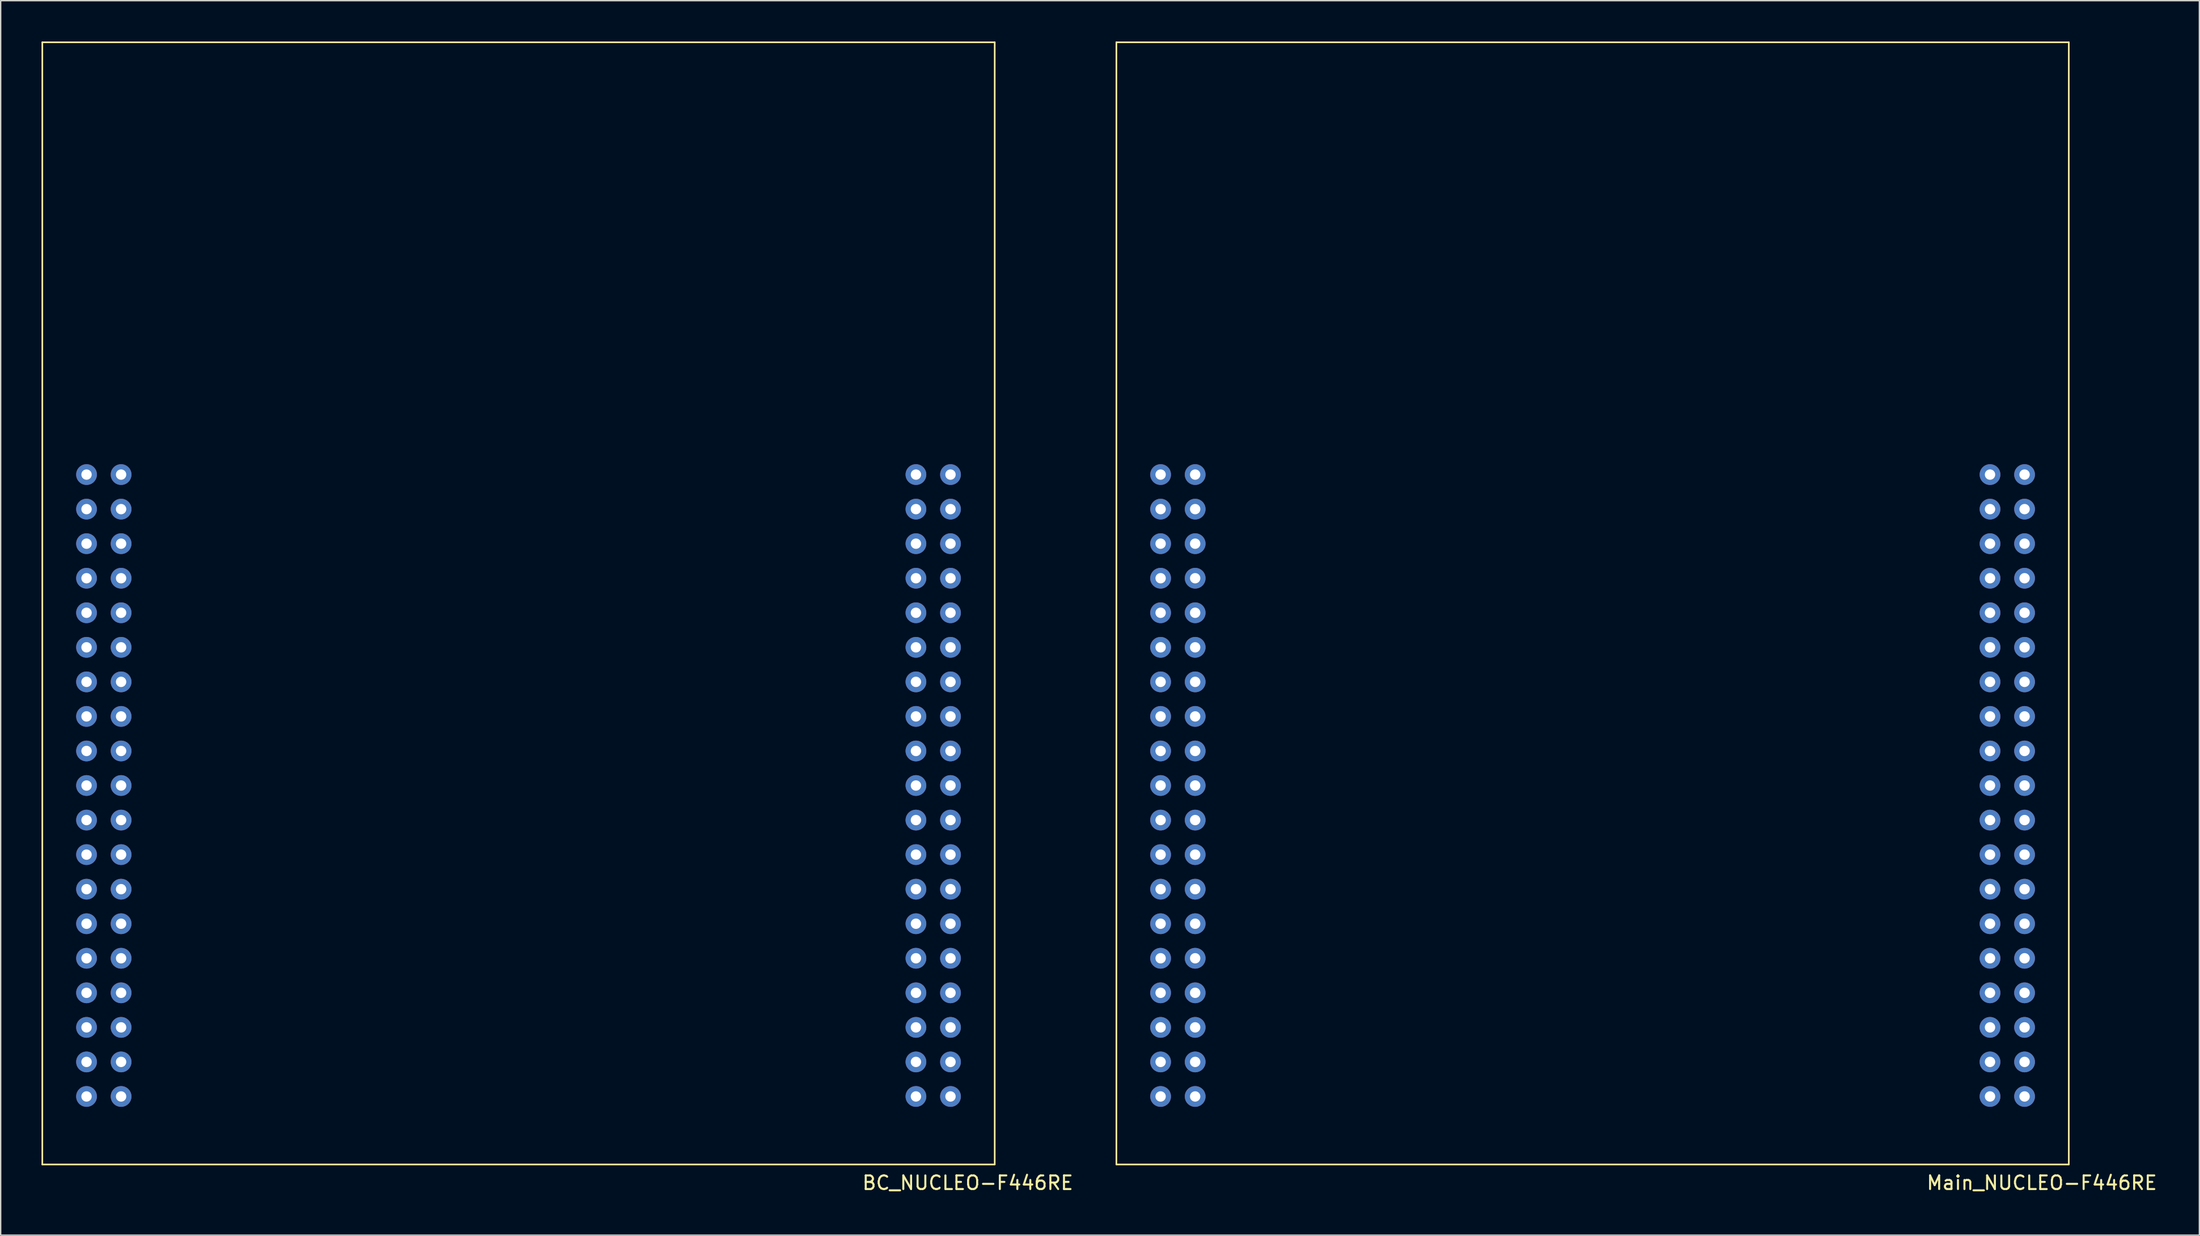
<source format=kicad_pcb>
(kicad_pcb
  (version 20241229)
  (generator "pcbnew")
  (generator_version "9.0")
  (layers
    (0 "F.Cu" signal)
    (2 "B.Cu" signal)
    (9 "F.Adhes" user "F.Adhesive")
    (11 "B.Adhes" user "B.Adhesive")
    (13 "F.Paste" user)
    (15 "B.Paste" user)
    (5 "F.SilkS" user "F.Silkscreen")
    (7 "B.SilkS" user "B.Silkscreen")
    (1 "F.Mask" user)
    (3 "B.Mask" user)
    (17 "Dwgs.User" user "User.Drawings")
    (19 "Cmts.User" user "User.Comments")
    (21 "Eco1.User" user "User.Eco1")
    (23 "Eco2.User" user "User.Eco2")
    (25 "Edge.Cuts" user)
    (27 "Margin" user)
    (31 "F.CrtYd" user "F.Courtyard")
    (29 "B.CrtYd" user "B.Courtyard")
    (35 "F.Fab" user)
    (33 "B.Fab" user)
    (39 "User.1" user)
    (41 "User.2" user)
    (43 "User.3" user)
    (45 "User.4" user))
  (footprint "BC_NUCLEO-F446RE"
    (layer "F.Cu")
    (at 35.06 54.7)
    (property "Reference" "BC_NUCLEO-F446RE" (at 33.02 29.21 0) (layer "F.SilkS") (effects (font (size 1 1) (thickness 0.15))))
    (attr through_hole)
    (fp_line (start -35 -54.64) (end -35 27.86) (stroke (width 0.12) (type solid)) (layer "F.SilkS"))
    (fp_line (start -35 27.86) (end 35 27.86) (stroke (width 0.12) (type solid)) (layer "F.SilkS"))
    (fp_line (start 35 -54.64) (end -35 -54.64) (stroke (width 0.12) (type solid)) (layer "F.SilkS"))
    (fp_line (start 35 27.86) (end 35 -54.64) (stroke (width 0.12) (type solid)) (layer "F.SilkS"))
    (pad "1" thru_hole circle (at -31.75 -22.86) (size 1.524 1.524) (drill 0.762) (layers "*.Cu" "*.Mask"))
    (pad "2" thru_hole circle (at -29.21 -22.86) (size 1.524 1.524) (drill 0.762) (layers "*.Cu" "*.Mask"))
    (pad "3" thru_hole circle (at -31.75 -20.32) (size 1.524 1.524) (drill 0.762) (layers "*.Cu" "*.Mask"))
    (pad "4" thru_hole circle (at -29.21 -20.32) (size 1.524 1.524) (drill 0.762) (layers "*.Cu" "*.Mask"))
    (pad "5" thru_hole circle (at -31.75 -17.78) (size 1.524 1.524) (drill 0.762) (layers "*.Cu" "*.Mask"))
    (pad "6" thru_hole circle (at -29.21 -17.78) (size 1.524 1.524) (drill 0.762) (layers "*.Cu" "*.Mask"))
    (pad "7" thru_hole circle (at -31.75 -15.24) (size 1.524 1.524) (drill 0.762) (layers "*.Cu" "*.Mask"))
    (pad "8" thru_hole circle (at -29.21 -15.24) (size 1.524 1.524) (drill 0.762) (layers "*.Cu" "*.Mask"))
    (pad "9" thru_hole circle (at -31.75 -12.7) (size 1.524 1.524) (drill 0.762) (layers "*.Cu" "*.Mask"))
    (pad "10" thru_hole circle (at -29.21 -12.7) (size 1.524 1.524) (drill 0.762) (layers "*.Cu" "*.Mask"))
    (pad "11" thru_hole circle (at -31.75 -10.16) (size 1.524 1.524) (drill 0.762) (layers "*.Cu" "*.Mask"))
    (pad "12" thru_hole circle (at -29.21 -10.16) (size 1.524 1.524) (drill 0.762) (layers "*.Cu" "*.Mask"))
    (pad "13" thru_hole circle (at -31.75 -7.62) (size 1.524 1.524) (drill 0.762) (layers "*.Cu" "*.Mask"))
    (pad "14" thru_hole circle (at -29.21 -7.62) (size 1.524 1.524) (drill 0.762) (layers "*.Cu" "*.Mask"))
    (pad "15" thru_hole circle (at -31.75 -5.08) (size 1.524 1.524) (drill 0.762) (layers "*.Cu" "*.Mask"))
    (pad "16" thru_hole circle (at -29.21 -5.08) (size 1.524 1.524) (drill 0.762) (layers "*.Cu" "*.Mask"))
    (pad "17" thru_hole circle (at -31.75 -2.54) (size 1.524 1.524) (drill 0.762) (layers "*.Cu" "*.Mask"))
    (pad "18" thru_hole circle (at -29.21 -2.54) (size 1.524 1.524) (drill 0.762) (layers "*.Cu" "*.Mask"))
    (pad "19" thru_hole circle (at -31.75 0) (size 1.524 1.524) (drill 0.762) (layers "*.Cu" "*.Mask"))
    (pad "20" thru_hole circle (at -29.21 0) (size 1.524 1.524) (drill 0.762) (layers "*.Cu" "*.Mask"))
    (pad "21" thru_hole circle (at -31.75 2.54) (size 1.524 1.524) (drill 0.762) (layers "*.Cu" "*.Mask"))
    (pad "22" thru_hole circle (at -29.21 2.54) (size 1.524 1.524) (drill 0.762) (layers "*.Cu" "*.Mask"))
    (pad "23" thru_hole circle (at -31.75 5.08) (size 1.524 1.524) (drill 0.762) (layers "*.Cu" "*.Mask"))
    (pad "24" thru_hole circle (at -29.21 5.08) (size 1.524 1.524) (drill 0.762) (layers "*.Cu" "*.Mask"))
    (pad "25" thru_hole circle (at -31.75 7.62) (size 1.524 1.524) (drill 0.762) (layers "*.Cu" "*.Mask"))
    (pad "26" thru_hole circle (at -29.21 7.62) (size 1.524 1.524) (drill 0.762) (layers "*.Cu" "*.Mask"))
    (pad "27" thru_hole circle (at -31.75 10.16) (size 1.524 1.524) (drill 0.762) (layers "*.Cu" "*.Mask"))
    (pad "28" thru_hole circle (at -29.21 10.16) (size 1.524 1.524) (drill 0.762) (layers "*.Cu" "*.Mask"))
    (pad "29" thru_hole circle (at -31.75 12.7) (size 1.524 1.524) (drill 0.762) (layers "*.Cu" "*.Mask"))
    (pad "30" thru_hole circle (at -29.21 12.7) (size 1.524 1.524) (drill 0.762) (layers "*.Cu" "*.Mask"))
    (pad "31" thru_hole circle (at -31.75 15.24) (size 1.524 1.524) (drill 0.762) (layers "*.Cu" "*.Mask"))
    (pad "32" thru_hole circle (at -29.21 15.24) (size 1.524 1.524) (drill 0.762) (layers "*.Cu" "*.Mask"))
    (pad "33" thru_hole circle (at -31.75 17.78) (size 1.524 1.524) (drill 0.762) (layers "*.Cu" "*.Mask"))
    (pad "34" thru_hole circle (at -29.21 17.78) (size 1.524 1.524) (drill 0.762) (layers "*.Cu" "*.Mask"))
    (pad "35" thru_hole circle (at -31.75 20.32) (size 1.524 1.524) (drill 0.762) (layers "*.Cu" "*.Mask"))
    (pad "36" thru_hole circle (at -29.21 20.32) (size 1.524 1.524) (drill 0.762) (layers "*.Cu" "*.Mask"))
    (pad "37" thru_hole circle (at -31.75 22.86) (size 1.524 1.524) (drill 0.762) (layers "*.Cu" "*.Mask"))
    (pad "38" thru_hole circle (at -29.21 22.86) (size 1.524 1.524) (drill 0.762) (layers "*.Cu" "*.Mask"))
    (pad "39" thru_hole circle (at 29.21 -22.86) (size 1.524 1.524) (drill 0.762) (layers "*.Cu" "*.Mask"))
    (pad "40" thru_hole circle (at 31.75 -22.86) (size 1.524 1.524) (drill 0.762) (layers "*.Cu" "*.Mask"))
    (pad "41" thru_hole circle (at 29.21 -20.32) (size 1.524 1.524) (drill 0.762) (layers "*.Cu" "*.Mask"))
    (pad "42" thru_hole circle (at 31.75 -20.32) (size 1.524 1.524) (drill 0.762) (layers "*.Cu" "*.Mask"))
    (pad "43" thru_hole circle (at 29.21 -17.78) (size 1.524 1.524) (drill 0.762) (layers "*.Cu" "*.Mask"))
    (pad "44" thru_hole circle (at 31.75 -17.78) (size 1.524 1.524) (drill 0.762) (layers "*.Cu" "*.Mask"))
    (pad "45" thru_hole circle (at 29.21 -15.24) (size 1.524 1.524) (drill 0.762) (layers "*.Cu" "*.Mask"))
    (pad "46" thru_hole circle (at 31.75 -15.24) (size 1.524 1.524) (drill 0.762) (layers "*.Cu" "*.Mask"))
    (pad "47" thru_hole circle (at 29.21 -12.7) (size 1.524 1.524) (drill 0.762) (layers "*.Cu" "*.Mask"))
    (pad "48" thru_hole circle (at 31.75 -12.7) (size 1.524 1.524) (drill 0.762) (layers "*.Cu" "*.Mask"))
    (pad "49" thru_hole circle (at 29.21 -10.16) (size 1.524 1.524) (drill 0.762) (layers "*.Cu" "*.Mask"))
    (pad "50" thru_hole circle (at 31.75 -10.16) (size 1.524 1.524) (drill 0.762) (layers "*.Cu" "*.Mask"))
    (pad "51" thru_hole circle (at 29.21 -7.62) (size 1.524 1.524) (drill 0.762) (layers "*.Cu" "*.Mask"))
    (pad "52" thru_hole circle (at 31.75 -7.62) (size 1.524 1.524) (drill 0.762) (layers "*.Cu" "*.Mask"))
    (pad "53" thru_hole circle (at 29.21 -5.08) (size 1.524 1.524) (drill 0.762) (layers "*.Cu" "*.Mask"))
    (pad "54" thru_hole circle (at 31.75 -5.08) (size 1.524 1.524) (drill 0.762) (layers "*.Cu" "*.Mask"))
    (pad "55" thru_hole circle (at 29.21 -2.54) (size 1.524 1.524) (drill 0.762) (layers "*.Cu" "*.Mask"))
    (pad "56" thru_hole circle (at 31.75 -2.54) (size 1.524 1.524) (drill 0.762) (layers "*.Cu" "*.Mask"))
    (pad "57" thru_hole circle (at 29.21 0) (size 1.524 1.524) (drill 0.762) (layers "*.Cu" "*.Mask"))
    (pad "58" thru_hole circle (at 31.75 0) (size 1.524 1.524) (drill 0.762) (layers "*.Cu" "*.Mask"))
    (pad "59" thru_hole circle (at 29.21 2.54) (size 1.524 1.524) (drill 0.762) (layers "*.Cu" "*.Mask"))
    (pad "60" thru_hole circle (at 31.75 2.54) (size 1.524 1.524) (drill 0.762) (layers "*.Cu" "*.Mask"))
    (pad "61" thru_hole circle (at 29.21 5.08) (size 1.524 1.524) (drill 0.762) (layers "*.Cu" "*.Mask"))
    (pad "62" thru_hole circle (at 31.75 5.08) (size 1.524 1.524) (drill 0.762) (layers "*.Cu" "*.Mask"))
    (pad "63" thru_hole circle (at 29.21 7.62) (size 1.524 1.524) (drill 0.762) (layers "*.Cu" "*.Mask"))
    (pad "64" thru_hole circle (at 31.75 7.62) (size 1.524 1.524) (drill 0.762) (layers "*.Cu" "*.Mask"))
    (pad "65" thru_hole circle (at 29.21 10.16) (size 1.524 1.524) (drill 0.762) (layers "*.Cu" "*.Mask"))
    (pad "66" thru_hole circle (at 31.75 10.16) (size 1.524 1.524) (drill 0.762) (layers "*.Cu" "*.Mask"))
    (pad "67" thru_hole circle (at 29.21 12.7) (size 1.524 1.524) (drill 0.762) (layers "*.Cu" "*.Mask"))
    (pad "68" thru_hole circle (at 31.75 12.7) (size 1.524 1.524) (drill 0.762) (layers "*.Cu" "*.Mask"))
    (pad "69" thru_hole circle (at 29.21 15.24) (size 1.524 1.524) (drill 0.762) (layers "*.Cu" "*.Mask"))
    (pad "70" thru_hole circle (at 31.75 15.24) (size 1.524 1.524) (drill 0.762) (layers "*.Cu" "*.Mask"))
    (pad "71" thru_hole circle (at 29.21 17.78) (size 1.524 1.524) (drill 0.762) (layers "*.Cu" "*.Mask"))
    (pad "72" thru_hole circle (at 31.75 17.78) (size 1.524 1.524) (drill 0.762) (layers "*.Cu" "*.Mask"))
    (pad "73" thru_hole circle (at 29.21 20.32) (size 1.524 1.524) (drill 0.762) (layers "*.Cu" "*.Mask"))
    (pad "74" thru_hole circle (at 31.75 20.32) (size 1.524 1.524) (drill 0.762) (layers "*.Cu" "*.Mask"))
    (pad "75" thru_hole circle (at 29.21 22.86) (size 1.524 1.524) (drill 0.762) (layers "*.Cu" "*.Mask"))
    (pad "76" thru_hole circle (at 31.75 22.86) (size 1.524 1.524) (drill 0.762) (layers "*.Cu" "*.Mask")))
  (footprint "Main_NUCLEO-F446RE"
    (layer "F.Cu")
    (at 114.003 54.7)
    (property "Reference" "Main_NUCLEO-F446RE" (at 33.02 29.21 0) (layer "F.SilkS") (effects (font (size 1 1) (thickness 0.15))))
    (attr through_hole)
    (fp_line (start -35 -54.64) (end -35 27.86) (stroke (width 0.12) (type solid)) (layer "F.SilkS"))
    (fp_line (start -35 27.86) (end 35 27.86) (stroke (width 0.12) (type solid)) (layer "F.SilkS"))
    (fp_line (start 35 -54.64) (end -35 -54.64) (stroke (width 0.12) (type solid)) (layer "F.SilkS"))
    (fp_line (start 35 27.86) (end 35 -54.64) (stroke (width 0.12) (type solid)) (layer "F.SilkS"))
    (pad "1" thru_hole circle (at -31.75 -22.86) (size 1.524 1.524) (drill 0.762) (layers "*.Cu" "*.Mask"))
    (pad "2" thru_hole circle (at -29.21 -22.86) (size 1.524 1.524) (drill 0.762) (layers "*.Cu" "*.Mask"))
    (pad "3" thru_hole circle (at -31.75 -20.32) (size 1.524 1.524) (drill 0.762) (layers "*.Cu" "*.Mask"))
    (pad "4" thru_hole circle (at -29.21 -20.32) (size 1.524 1.524) (drill 0.762) (layers "*.Cu" "*.Mask"))
    (pad "5" thru_hole circle (at -31.75 -17.78) (size 1.524 1.524) (drill 0.762) (layers "*.Cu" "*.Mask"))
    (pad "6" thru_hole circle (at -29.21 -17.78) (size 1.524 1.524) (drill 0.762) (layers "*.Cu" "*.Mask"))
    (pad "7" thru_hole circle (at -31.75 -15.24) (size 1.524 1.524) (drill 0.762) (layers "*.Cu" "*.Mask"))
    (pad "8" thru_hole circle (at -29.21 -15.24) (size 1.524 1.524) (drill 0.762) (layers "*.Cu" "*.Mask"))
    (pad "9" thru_hole circle (at -31.75 -12.7) (size 1.524 1.524) (drill 0.762) (layers "*.Cu" "*.Mask"))
    (pad "10" thru_hole circle (at -29.21 -12.7) (size 1.524 1.524) (drill 0.762) (layers "*.Cu" "*.Mask"))
    (pad "11" thru_hole circle (at -31.75 -10.16) (size 1.524 1.524) (drill 0.762) (layers "*.Cu" "*.Mask"))
    (pad "12" thru_hole circle (at -29.21 -10.16) (size 1.524 1.524) (drill 0.762) (layers "*.Cu" "*.Mask"))
    (pad "13" thru_hole circle (at -31.75 -7.62) (size 1.524 1.524) (drill 0.762) (layers "*.Cu" "*.Mask"))
    (pad "14" thru_hole circle (at -29.21 -7.62) (size 1.524 1.524) (drill 0.762) (layers "*.Cu" "*.Mask"))
    (pad "15" thru_hole circle (at -31.75 -5.08) (size 1.524 1.524) (drill 0.762) (layers "*.Cu" "*.Mask"))
    (pad "16" thru_hole circle (at -29.21 -5.08) (size 1.524 1.524) (drill 0.762) (layers "*.Cu" "*.Mask"))
    (pad "17" thru_hole circle (at -31.75 -2.54) (size 1.524 1.524) (drill 0.762) (layers "*.Cu" "*.Mask"))
    (pad "18" thru_hole circle (at -29.21 -2.54) (size 1.524 1.524) (drill 0.762) (layers "*.Cu" "*.Mask"))
    (pad "19" thru_hole circle (at -31.75 0) (size 1.524 1.524) (drill 0.762) (layers "*.Cu" "*.Mask"))
    (pad "20" thru_hole circle (at -29.21 0) (size 1.524 1.524) (drill 0.762) (layers "*.Cu" "*.Mask"))
    (pad "21" thru_hole circle (at -31.75 2.54) (size 1.524 1.524) (drill 0.762) (layers "*.Cu" "*.Mask"))
    (pad "22" thru_hole circle (at -29.21 2.54) (size 1.524 1.524) (drill 0.762) (layers "*.Cu" "*.Mask"))
    (pad "23" thru_hole circle (at -31.75 5.08) (size 1.524 1.524) (drill 0.762) (layers "*.Cu" "*.Mask"))
    (pad "24" thru_hole circle (at -29.21 5.08) (size 1.524 1.524) (drill 0.762) (layers "*.Cu" "*.Mask"))
    (pad "25" thru_hole circle (at -31.75 7.62) (size 1.524 1.524) (drill 0.762) (layers "*.Cu" "*.Mask"))
    (pad "26" thru_hole circle (at -29.21 7.62) (size 1.524 1.524) (drill 0.762) (layers "*.Cu" "*.Mask"))
    (pad "27" thru_hole circle (at -31.75 10.16) (size 1.524 1.524) (drill 0.762) (layers "*.Cu" "*.Mask"))
    (pad "28" thru_hole circle (at -29.21 10.16) (size 1.524 1.524) (drill 0.762) (layers "*.Cu" "*.Mask"))
    (pad "29" thru_hole circle (at -31.75 12.7) (size 1.524 1.524) (drill 0.762) (layers "*.Cu" "*.Mask"))
    (pad "30" thru_hole circle (at -29.21 12.7) (size 1.524 1.524) (drill 0.762) (layers "*.Cu" "*.Mask"))
    (pad "31" thru_hole circle (at -31.75 15.24) (size 1.524 1.524) (drill 0.762) (layers "*.Cu" "*.Mask"))
    (pad "32" thru_hole circle (at -29.21 15.24) (size 1.524 1.524) (drill 0.762) (layers "*.Cu" "*.Mask"))
    (pad "33" thru_hole circle (at -31.75 17.78) (size 1.524 1.524) (drill 0.762) (layers "*.Cu" "*.Mask"))
    (pad "34" thru_hole circle (at -29.21 17.78) (size 1.524 1.524) (drill 0.762) (layers "*.Cu" "*.Mask"))
    (pad "35" thru_hole circle (at -31.75 20.32) (size 1.524 1.524) (drill 0.762) (layers "*.Cu" "*.Mask"))
    (pad "36" thru_hole circle (at -29.21 20.32) (size 1.524 1.524) (drill 0.762) (layers "*.Cu" "*.Mask"))
    (pad "37" thru_hole circle (at -31.75 22.86) (size 1.524 1.524) (drill 0.762) (layers "*.Cu" "*.Mask"))
    (pad "38" thru_hole circle (at -29.21 22.86) (size 1.524 1.524) (drill 0.762) (layers "*.Cu" "*.Mask"))
    (pad "39" thru_hole circle (at 29.21 -22.86) (size 1.524 1.524) (drill 0.762) (layers "*.Cu" "*.Mask"))
    (pad "40" thru_hole circle (at 31.75 -22.86) (size 1.524 1.524) (drill 0.762) (layers "*.Cu" "*.Mask"))
    (pad "41" thru_hole circle (at 29.21 -20.32) (size 1.524 1.524) (drill 0.762) (layers "*.Cu" "*.Mask"))
    (pad "42" thru_hole circle (at 31.75 -20.32) (size 1.524 1.524) (drill 0.762) (layers "*.Cu" "*.Mask"))
    (pad "43" thru_hole circle (at 29.21 -17.78) (size 1.524 1.524) (drill 0.762) (layers "*.Cu" "*.Mask"))
    (pad "44" thru_hole circle (at 31.75 -17.78) (size 1.524 1.524) (drill 0.762) (layers "*.Cu" "*.Mask"))
    (pad "45" thru_hole circle (at 29.21 -15.24) (size 1.524 1.524) (drill 0.762) (layers "*.Cu" "*.Mask"))
    (pad "46" thru_hole circle (at 31.75 -15.24) (size 1.524 1.524) (drill 0.762) (layers "*.Cu" "*.Mask"))
    (pad "47" thru_hole circle (at 29.21 -12.7) (size 1.524 1.524) (drill 0.762) (layers "*.Cu" "*.Mask"))
    (pad "48" thru_hole circle (at 31.75 -12.7) (size 1.524 1.524) (drill 0.762) (layers "*.Cu" "*.Mask"))
    (pad "49" thru_hole circle (at 29.21 -10.16) (size 1.524 1.524) (drill 0.762) (layers "*.Cu" "*.Mask"))
    (pad "50" thru_hole circle (at 31.75 -10.16) (size 1.524 1.524) (drill 0.762) (layers "*.Cu" "*.Mask"))
    (pad "51" thru_hole circle (at 29.21 -7.62) (size 1.524 1.524) (drill 0.762) (layers "*.Cu" "*.Mask"))
    (pad "52" thru_hole circle (at 31.75 -7.62) (size 1.524 1.524) (drill 0.762) (layers "*.Cu" "*.Mask"))
    (pad "53" thru_hole circle (at 29.21 -5.08) (size 1.524 1.524) (drill 0.762) (layers "*.Cu" "*.Mask"))
    (pad "54" thru_hole circle (at 31.75 -5.08) (size 1.524 1.524) (drill 0.762) (layers "*.Cu" "*.Mask"))
    (pad "55" thru_hole circle (at 29.21 -2.54) (size 1.524 1.524) (drill 0.762) (layers "*.Cu" "*.Mask"))
    (pad "56" thru_hole circle (at 31.75 -2.54) (size 1.524 1.524) (drill 0.762) (layers "*.Cu" "*.Mask"))
    (pad "57" thru_hole circle (at 29.21 0) (size 1.524 1.524) (drill 0.762) (layers "*.Cu" "*.Mask"))
    (pad "58" thru_hole circle (at 31.75 0) (size 1.524 1.524) (drill 0.762) (layers "*.Cu" "*.Mask"))
    (pad "59" thru_hole circle (at 29.21 2.54) (size 1.524 1.524) (drill 0.762) (layers "*.Cu" "*.Mask"))
    (pad "60" thru_hole circle (at 31.75 2.54) (size 1.524 1.524) (drill 0.762) (layers "*.Cu" "*.Mask"))
    (pad "61" thru_hole circle (at 29.21 5.08) (size 1.524 1.524) (drill 0.762) (layers "*.Cu" "*.Mask"))
    (pad "62" thru_hole circle (at 31.75 5.08) (size 1.524 1.524) (drill 0.762) (layers "*.Cu" "*.Mask"))
    (pad "63" thru_hole circle (at 29.21 7.62) (size 1.524 1.524) (drill 0.762) (layers "*.Cu" "*.Mask"))
    (pad "64" thru_hole circle (at 31.75 7.62) (size 1.524 1.524) (drill 0.762) (layers "*.Cu" "*.Mask"))
    (pad "65" thru_hole circle (at 29.21 10.16) (size 1.524 1.524) (drill 0.762) (layers "*.Cu" "*.Mask"))
    (pad "66" thru_hole circle (at 31.75 10.16) (size 1.524 1.524) (drill 0.762) (layers "*.Cu" "*.Mask"))
    (pad "67" thru_hole circle (at 29.21 12.7) (size 1.524 1.524) (drill 0.762) (layers "*.Cu" "*.Mask"))
    (pad "68" thru_hole circle (at 31.75 12.7) (size 1.524 1.524) (drill 0.762) (layers "*.Cu" "*.Mask"))
    (pad "69" thru_hole circle (at 29.21 15.24) (size 1.524 1.524) (drill 0.762) (layers "*.Cu" "*.Mask"))
    (pad "70" thru_hole circle (at 31.75 15.24) (size 1.524 1.524) (drill 0.762) (layers "*.Cu" "*.Mask"))
    (pad "71" thru_hole circle (at 29.21 17.78) (size 1.524 1.524) (drill 0.762) (layers "*.Cu" "*.Mask"))
    (pad "72" thru_hole circle (at 31.75 17.78) (size 1.524 1.524) (drill 0.762) (layers "*.Cu" "*.Mask"))
    (pad "73" thru_hole circle (at 29.21 20.32) (size 1.524 1.524) (drill 0.762) (layers "*.Cu" "*.Mask"))
    (pad "74" thru_hole circle (at 31.75 20.32) (size 1.524 1.524) (drill 0.762) (layers "*.Cu" "*.Mask"))
    (pad "75" thru_hole circle (at 29.21 22.86) (size 1.524 1.524) (drill 0.762) (layers "*.Cu" "*.Mask"))
    (pad "76" thru_hole circle (at 31.75 22.86) (size 1.524 1.524) (drill 0.762) (layers "*.Cu" "*.Mask")))
  (gr_rect
    (start -3 -3)
    (end 158.6 87.758)
    (stroke (width 0.1) (type default))
    (fill no)
    (layer "Edge.Cuts")))
</source>
